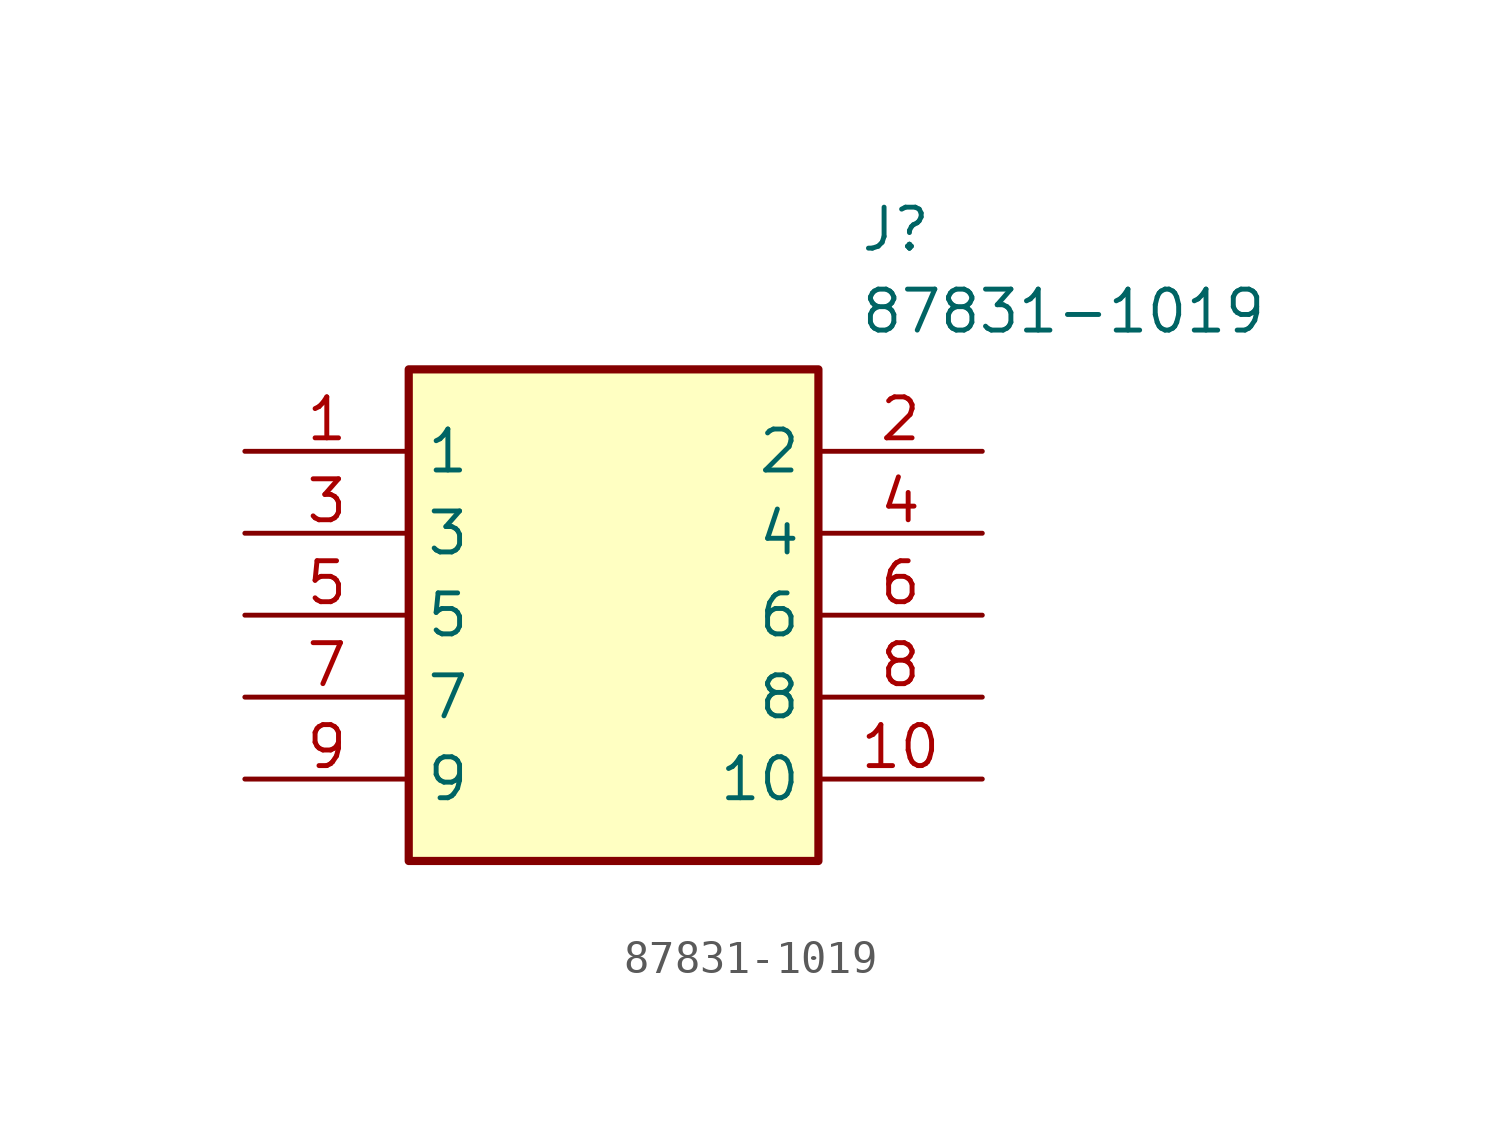
<source format=kicad_sym>
(kicad_symbol_lib
  (version 20220914)
  (generator kicad_symbol_editor)
  (symbol "87831-1019"
    (property "Reference" "J"
      (at 19.05 7.62 0)
      (effects (font (size 1.27 1.27)) (justify left top)))
    (property "Value" "87831-1019"
      (at 19.05 5.08 0)
      (effects (font (size 1.27 1.27)) (justify left top)))
    (symbol "87831-1019_1_1"
      (rectangle (start 5.08 2.54) (end 17.78 -12.7) (stroke (width 0.254) (type default)) (fill (type background)))
      (pin passive line (at 0 0 0) (length 5.08) (name "1" (effects (font (size 1.27 1.27)))) (number "1" (effects (font (size 1.27 1.27)))))
      (pin passive line (at 22.86 -10.16 180) (length 5.08) (name "10" (effects (font (size 1.27 1.27)))) (number "10" (effects (font (size 1.27 1.27)))))
      (pin passive line (at 22.86 0 180) (length 5.08) (name "2" (effects (font (size 1.27 1.27)))) (number "2" (effects (font (size 1.27 1.27)))))
      (pin passive line (at 0 -2.54 0) (length 5.08) (name "3" (effects (font (size 1.27 1.27)))) (number "3" (effects (font (size 1.27 1.27)))))
      (pin passive line (at 22.86 -2.54 180) (length 5.08) (name "4" (effects (font (size 1.27 1.27)))) (number "4" (effects (font (size 1.27 1.27)))))
      (pin passive line (at 0 -5.08 0) (length 5.08) (name "5" (effects (font (size 1.27 1.27)))) (number "5" (effects (font (size 1.27 1.27)))))
      (pin passive line (at 22.86 -5.08 180) (length 5.08) (name "6" (effects (font (size 1.27 1.27)))) (number "6" (effects (font (size 1.27 1.27)))))
      (pin passive line (at 0 -7.62 0) (length 5.08) (name "7" (effects (font (size 1.27 1.27)))) (number "7" (effects (font (size 1.27 1.27)))))
      (pin passive line (at 22.86 -7.62 180) (length 5.08) (name "8" (effects (font (size 1.27 1.27)))) (number "8" (effects (font (size 1.27 1.27)))))
      (pin passive line (at 0 -10.16 0) (length 5.08) (name "9" (effects (font (size 1.27 1.27)))) (number "9" (effects (font (size 1.27 1.27))))))))
</source>
